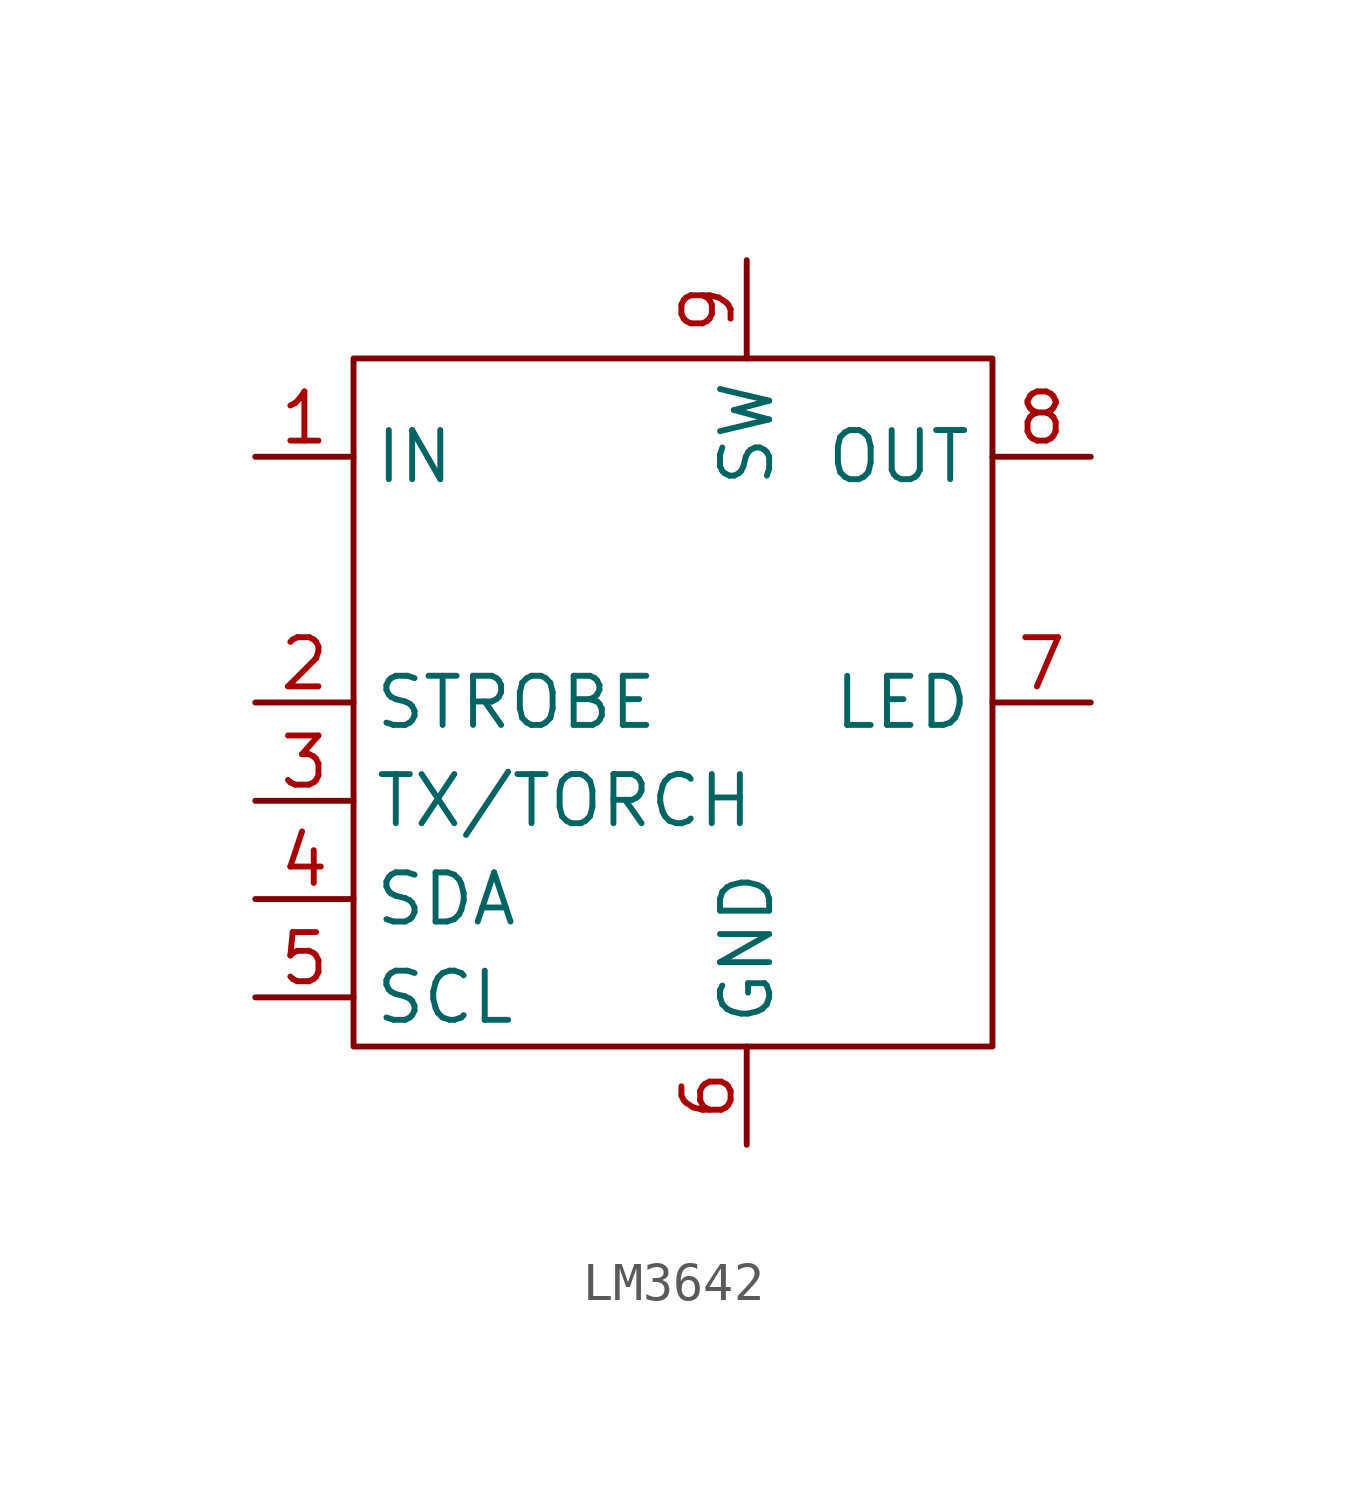
<source format=kicad_sym>
(kicad_symbol_lib
  (version 20241209)
  (generator "kicad_symbol_editor")
  (generator_version "9.0")
  (symbol "LM3642"
    (property "Reference" "U"
      (at -16.51 8.89 0)
      (effects (font (size 1.27 1.27)) (hide yes)))
    (property "Value" ""
      (at 0 0 0)
      (effects (font (size 1.27 1.27))))
    (symbol "LM3642_0_0"
      (pin input line (at -6.35 2.54 0) (length 2.54) (name "STROBE" (effects (font (size 1.27 1.27)))) (number "2" (effects (font (size 1.27 1.27)))))
      (pin input line (at -6.35 0 0) (length 2.54) (name "TX/TORCH" (effects (font (size 1.27 1.27)))) (number "3" (effects (font (size 1.27 1.27)))))
      (pin input line (at -6.35 -2.54 0) (length 2.54) (name "SDA" (effects (font (size 1.27 1.27)))) (number "4" (effects (font (size 1.27 1.27)))))
      (pin input line (at -6.35 -5.08 0) (length 2.54) (name "SCL" (effects (font (size 1.27 1.27)))) (number "5" (effects (font (size 1.27 1.27)))))
      (pin input line (at 6.35 13.97 270) (length 2.54) (name "SW" (effects (font (size 1.27 1.27)))) (number "9" (effects (font (size 1.27 1.27)))))
      (pin passive line (at 6.35 -8.89 90) (length 2.54) (name "GND" (effects (font (size 1.27 1.27)))) (number "6" (effects (font (size 1.27 1.27)))))
      (pin output line (at 15.24 8.89 180) (length 2.54) (name "OUT" (effects (font (size 1.27 1.27)))) (number "8" (effects (font (size 1.27 1.27)))))
      (pin output line (at 15.24 2.54 180) (length 2.54) (name "LED" (effects (font (size 1.27 1.27)))) (number "7" (effects (font (size 1.27 1.27))))))
    (symbol "LM3642_0_1"
      (rectangle (start -3.81 11.43) (end 12.7 -6.35) (stroke (width 0) (type default)) (fill (type none))))
    (symbol "LM3642_1_0"
      (pin power_in line (at -6.35 8.89 0) (length 2.54) (name "IN" (effects (font (size 1.27 1.27)))) (number "1" (effects (font (size 1.27 1.27))))))))
</source>
